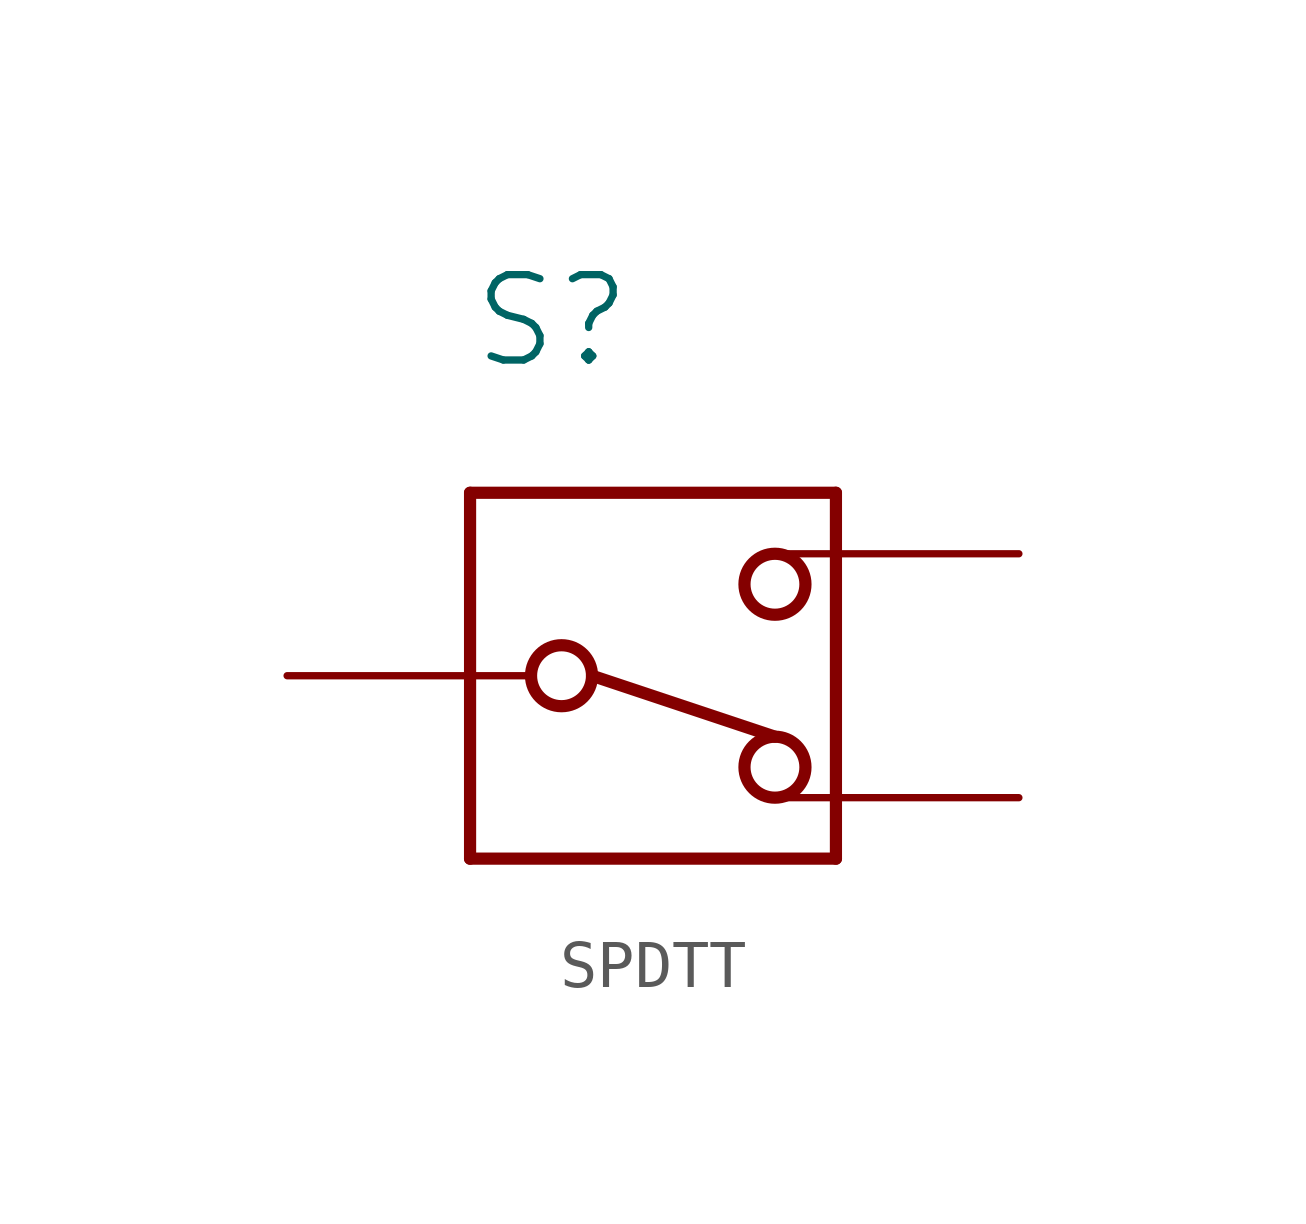
<source format=kicad_sym>
(kicad_symbol_lib
  (version 20231120)
  (generator "kicad_symbol_editor")
  (generator_version "8.0")
  (symbol "SPDTT"
    (property "Reference" "S"
      (at -3.81 6.35 0)
      (effects (font (size 1.778 1.778)) (justify left bottom)))
    (property "Value" ""
      (at -3.81 4.445 0)
      (effects (font (size 1.778 1.778)) (justify left bottom)))
    (property "ki_locked" ""
      (at 0 0 0)
      (effects (font (size 1.27 1.27))))
    (symbol "SPDTT_1_0"
      (circle (center -1.905 0) (radius 0.635) (stroke (width 0.254) (type solid)) (fill (type none)))
      (polyline (pts (xy -3.81 -3.81) (xy 3.81 -3.81)) (stroke (width 0.254) (type solid)) (fill (type none)))
      (polyline (pts (xy -3.81 3.81) (xy -3.81 -3.81)) (stroke (width 0.254) (type solid)) (fill (type none)))
      (polyline (pts (xy -1.27 0) (xy 2.54 -1.27)) (stroke (width 0.254) (type solid)) (fill (type none)))
      (polyline (pts (xy 3.81 -3.81) (xy 3.81 3.81)) (stroke (width 0.254) (type solid)) (fill (type none)))
      (polyline (pts (xy 3.81 3.81) (xy -3.81 3.81)) (stroke (width 0.254) (type solid)) (fill (type none)))
      (circle (center 2.54 -1.905) (radius 0.635) (stroke (width 0.254) (type solid)) (fill (type none)))
      (circle (center 2.54 1.905) (radius 0.635) (stroke (width 0.254) (type solid)) (fill (type none)))
      (pin passive line (at 7.62 2.54 180) (length 5.08) (name "P$1" (effects (font (size 0 0)))) (number "P$1" (effects (font (size 0 0)))))
      (pin passive line (at -7.62 0 0) (length 5.08) (name "P$2" (effects (font (size 0 0)))) (number "P$2" (effects (font (size 0 0)))))
      (pin passive line (at 7.62 -2.54 180) (length 5.08) (name "P$3" (effects (font (size 0 0)))) (number "P$3" (effects (font (size 0 0))))))))
</source>
